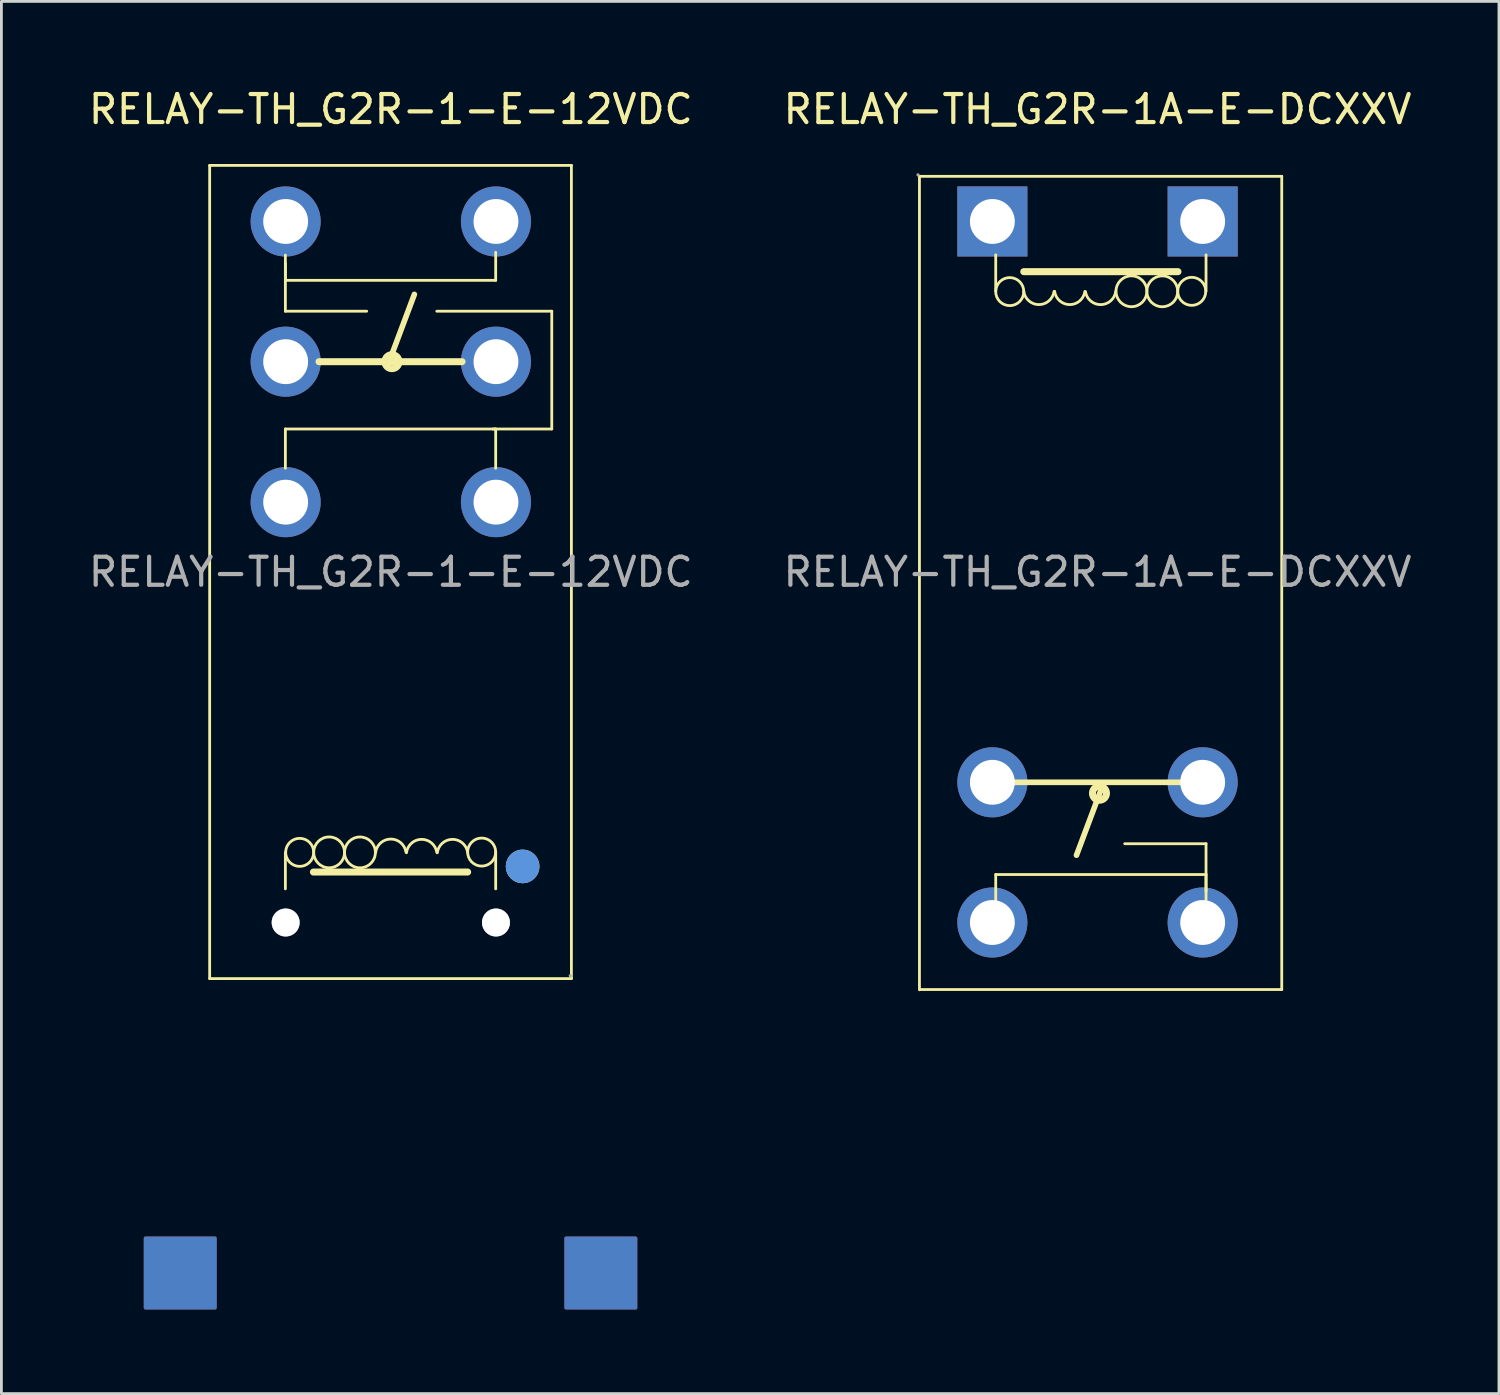
<source format=kicad_pcb>
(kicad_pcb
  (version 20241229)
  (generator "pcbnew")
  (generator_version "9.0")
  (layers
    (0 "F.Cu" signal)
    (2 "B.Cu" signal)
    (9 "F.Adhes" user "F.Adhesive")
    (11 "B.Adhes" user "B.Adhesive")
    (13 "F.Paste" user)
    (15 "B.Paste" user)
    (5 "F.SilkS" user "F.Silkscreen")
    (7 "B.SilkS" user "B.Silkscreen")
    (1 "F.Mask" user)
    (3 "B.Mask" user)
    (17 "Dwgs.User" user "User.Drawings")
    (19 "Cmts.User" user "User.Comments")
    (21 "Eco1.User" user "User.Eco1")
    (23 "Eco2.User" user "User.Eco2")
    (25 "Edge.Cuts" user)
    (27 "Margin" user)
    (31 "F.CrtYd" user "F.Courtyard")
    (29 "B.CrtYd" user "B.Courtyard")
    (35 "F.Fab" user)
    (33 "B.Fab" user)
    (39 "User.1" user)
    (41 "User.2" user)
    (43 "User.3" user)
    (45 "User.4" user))
  (footprint "RELAY-TH_G2R-1A-E-DCXXV"
    (layer "F.Cu")
    (at 36.089 17.348)
    (property "Reference" "RELAY-TH_G2R-1A-E-DCXXV" (at 0 -16.5 0) (layer "F.SilkS") (effects (font (size 1 1) (thickness 0.15))))
    (attr through_hole)
    (fp_line (start -6.35 14.9) (end -6.35 -14.1) (stroke (width 0.1) (type solid)) (layer "F.SilkS"))
    (fp_line (start -6.33 -14.11) (end 6.57 -14.11) (stroke (width 0.1) (type solid)) (layer "F.SilkS"))
    (fp_line (start -6.33 14.89) (end 6.57 14.89) (stroke (width 0.1) (type solid)) (layer "F.SilkS"))
    (fp_line (start -3.75 7.5) (end 3.75 7.5) (stroke (width 0.2) (type solid)) (layer "F.SilkS"))
    (fp_line (start -3.63 -11.31) (end -3.63 -10.01) (stroke (width 0.1) (type solid)) (layer "F.SilkS"))
    (fp_line (start -3.63 10.79) (end 3.87 10.79) (stroke (width 0.1) (type solid)) (layer "F.SilkS"))
    (fp_line (start -3.63 11.79) (end -3.63 10.79) (stroke (width 0.1) (type solid)) (layer "F.SilkS"))
    (fp_line (start -0.75 10.1) (end 0.15 7.7) (stroke (width 0.2) (type solid)) (layer "F.SilkS"))
    (fp_line (start 2.87 -10.71) (end -2.63 -10.71) (stroke (width 0.25) (type solid)) (layer "F.SilkS"))
    (fp_line (start 3.87 -11.31) (end 3.87 -10.01) (stroke (width 0.1) (type solid)) (layer "F.SilkS"))
    (fp_line (start 3.87 9.69) (end 0.97 9.69) (stroke (width 0.1) (type solid)) (layer "F.SilkS"))
    (fp_line (start 3.87 10.79) (end 3.87 11.69) (stroke (width 0.1) (type solid)) (layer "F.SilkS"))
    (fp_line (start 3.87 11.39) (end 3.87 9.69) (stroke (width 0.1) (type solid)) (layer "F.SilkS"))
    (fp_line (start 6.57 14.89) (end 6.57 -14.11) (stroke (width 0.1) (type solid)) (layer "F.SilkS"))
    (fp_arc (start -3.629924 -10.008726) (mid -2.630019 -9.995637) (end -3.63 -10) (stroke (width 0.1) (type solid)) (layer "F.SilkS"))
    (fp_arc (start -1.550879 -10.003522) (mid -2.093269 -9.535491) (end -2.63 -10.01) (stroke (width 0.1) (type solid)) (layer "F.SilkS"))
    (fp_arc (start -0.450879 -10.003522) (mid -0.993269 -9.535491) (end -1.53 -10.01) (stroke (width 0.1) (type solid)) (layer "F.SilkS"))
    (fp_arc (start 0.651821 -10.013444) (mid 0.116783 -9.534149) (end -0.43 -10) (stroke (width 0.1) (type solid)) (layer "F.SilkS"))
    (fp_arc (start 0.659909 -10.0096) (mid 1.760067 -10.0152) (end 0.66 -10) (stroke (width 0.1) (type solid)) (layer "F.SilkS"))
    (fp_arc (start 1.760084 -10.019599) (mid 2.859979 -10.0052) (end 1.76 -10.01) (stroke (width 0.1) (type solid)) (layer "F.SilkS"))
    (fp_arc (start 2.860076 -10.018726) (mid 3.859981 -10.005637) (end 2.86 -10.01) (stroke (width 0.1) (type solid)) (layer "F.SilkS"))
    (fp_circle (center 0.07 7.89) (end 0.32 7.89) (stroke (width 0.25) (type solid)) (fill no) (layer "F.SilkS"))
    (fp_circle (center -6.4 -14.16) (end -6.37 -14.16) (stroke (width 0.06) (type solid)) (fill no) (layer "F.Fab"))
    (fp_circle (center -3.75 -12.5) (end -3.4 -12.5) (stroke (width 0.7) (type solid)) (fill no) (layer "F.Fab"))
    (fp_circle (center -3.75 7.5) (end -3.4 7.5) (stroke (width 0.7) (type solid)) (fill no) (layer "F.Fab"))
    (fp_circle (center -3.75 12.5) (end -3.4 12.5) (stroke (width 0.7) (type solid)) (fill no) (layer "F.Fab"))
    (fp_circle (center 3.75 -12.5) (end 4.1 -12.5) (stroke (width 0.7) (type solid)) (fill no) (layer "F.Fab"))
    (fp_circle (center 3.75 7.5) (end 4.1 7.5) (stroke (width 0.7) (type solid)) (fill no) (layer "F.Fab"))
    (fp_circle (center 3.75 12.5) (end 4.1 12.5) (stroke (width 0.7) (type solid)) (fill no) (layer "F.Fab"))
    (fp_text user "${REFERENCE}" (at 0 0 0) (layer "F.Fab") (effects (font (size 1 1) (thickness 0.15))))
    (pad "1" thru_hole rect (at -3.75 -12.5 180) (size 2.5 2.5) (drill 1.6) (layers "*.Cu" "*.Paste" "*.Mask"))
    (pad "3" thru_hole circle (at -3.75 7.5 180) (size 2.5 2.5) (drill 1.6) (layers "*.Cu" "*.Paste" "*.Mask"))
    (pad "4" thru_hole circle (at -3.75 12.5 180) (size 2.5 2.5) (drill 1.6) (layers "*.Cu" "*.Paste" "*.Mask"))
    (pad "5" thru_hole circle (at 3.75 12.5 180) (size 2.5 2.5) (drill 1.6) (layers "*.Cu" "*.Paste" "*.Mask"))
    (pad "6" thru_hole circle (at 3.75 7.5 180) (size 2.5 2.5) (drill 1.6) (layers "*.Cu" "*.Paste" "*.Mask"))
    (pad "8" thru_hole rect (at 3.75 -12.5 180) (size 2.5 2.5) (drill 1.6) (layers "*.Cu" "*.Paste" "*.Mask")))
  (footprint "RELAY-TH_G2R-1-E-12VDC"
    (layer "F.Cu")
    (at 10.887 17.348)
    (property "Reference" "RELAY-TH_G2R-1-E-12VDC" (at 0 -16.5 0) (layer "F.SilkS") (effects (font (size 1 1) (thickness 0.15))))
    (attr through_hole)
    (fp_line (start -6.46 -14.5) (end -6.46 14.5) (stroke (width 0.1) (type solid)) (layer "F.SilkS"))
    (fp_line (start -3.76 -11) (end -3.76 -9.3) (stroke (width 0.1) (type solid)) (layer "F.SilkS"))
    (fp_line (start -3.76 -10.4) (end -3.76 -11.3) (stroke (width 0.1) (type solid)) (layer "F.SilkS"))
    (fp_line (start -3.76 -9.3) (end -0.86 -9.3) (stroke (width 0.1) (type solid)) (layer "F.SilkS"))
    (fp_line (start -3.76 -5.1) (end 3.74 -5.1) (stroke (width 0.1) (type solid)) (layer "F.SilkS"))
    (fp_line (start -3.76 -3.7) (end -3.76 -5.1) (stroke (width 0.1) (type solid)) (layer "F.SilkS"))
    (fp_line (start -3.76 11.3) (end -3.76 10) (stroke (width 0.1) (type solid)) (layer "F.SilkS"))
    (fp_line (start -2.76 10.7) (end 2.74 10.7) (stroke (width 0.25) (type solid)) (layer "F.SilkS"))
    (fp_line (start -2.56 -7.5) (end 2.54 -7.5) (stroke (width 0.25) (type solid)) (layer "F.SilkS"))
    (fp_line (start 0.84 -9.9) (end -0.06 -7.5) (stroke (width 0.2) (type solid)) (layer "F.SilkS"))
    (fp_line (start 3.64 -5.1) (end 5.74 -5.1) (stroke (width 0.1) (type solid)) (layer "F.SilkS"))
    (fp_line (start 3.74 -11.4) (end 3.74 -10.4) (stroke (width 0.1) (type solid)) (layer "F.SilkS"))
    (fp_line (start 3.74 -10.4) (end -3.76 -10.4) (stroke (width 0.1) (type solid)) (layer "F.SilkS"))
    (fp_line (start 3.74 -5.1) (end 3.74 -3.7) (stroke (width 0.1) (type solid)) (layer "F.SilkS"))
    (fp_line (start 3.74 11.3) (end 3.74 10) (stroke (width 0.1) (type solid)) (layer "F.SilkS"))
    (fp_line (start 5.74 -9.3) (end 1.64 -9.3) (stroke (width 0.1) (type solid)) (layer "F.SilkS"))
    (fp_line (start 5.74 -5.1) (end 5.74 -9.3) (stroke (width 0.1) (type solid)) (layer "F.SilkS"))
    (fp_line (start 6.44 -14.5) (end -6.46 -14.5) (stroke (width 0.1) (type solid)) (layer "F.SilkS"))
    (fp_line (start 6.44 -14.5) (end 6.44 14.5) (stroke (width 0.1) (type solid)) (layer "F.SilkS"))
    (fp_line (start 6.44 14.5) (end -6.46 14.5) (stroke (width 0.1) (type solid)) (layer "F.SilkS"))
    (fp_arc (start -2.750076 10.008726) (mid -3.749981 9.995637) (end -2.75 10) (stroke (width 0.1) (type solid)) (layer "F.SilkS"))
    (fp_arc (start -1.650084 10.009599) (mid -2.749979 9.9952) (end -1.65 10) (stroke (width 0.1) (type solid)) (layer "F.SilkS"))
    (fp_arc (start -0.549909 9.9996) (mid -1.650067 10.0052) (end -0.55 9.99) (stroke (width 0.1) (type solid)) (layer "F.SilkS"))
    (fp_arc (start -0.541821 10.003444) (mid -0.006783 9.524149) (end 0.54 9.99) (stroke (width 0.1) (type solid)) (layer "F.SilkS"))
    (fp_arc (start 0.558214 10.01316) (mid 1.09336 9.534147) (end 1.64 10) (stroke (width 0.1) (type solid)) (layer "F.SilkS"))
    (fp_arc (start 1.658214 10.01316) (mid 2.19336 9.534147) (end 2.74 10) (stroke (width 0.1) (type solid)) (layer "F.SilkS"))
    (fp_arc (start 3.739924 9.998726) (mid 2.740019 9.985637) (end 3.74 9.99) (stroke (width 0.1) (type solid)) (layer "F.SilkS"))
    (fp_circle (center 0.04 -7.5) (end 0.29 -7.5) (stroke (width 0.25) (type solid)) (fill no) (layer "F.SilkS"))
    (fp_circle (center 4.7 10.5) (end 5 10.5) (stroke (width 0.6) (type solid)) (fill no) (layer "F.SilkS"))
    (fp_circle (center 4.7 10.5) (end 5 10.5) (stroke (width 0.6) (type solid)) (fill no) (layer "Cmts.User"))
    (fp_circle (center 6.4 14.4) (end 6.43 14.4) (stroke (width 0.06) (type solid)) (fill no) (layer "F.Fab"))
    (fp_text user "${REFERENCE}" (at 0 0 0) (layer "F.Fab") (effects (font (size 1 1) (thickness 0.15))))
    (pad "1" thru_hole custom (at 3.75 12.5) (size 1 1) (drill 1.6) (layers "*.Cu" "*.Paste" "*.Mask") (options (anchor circle)) (primitives (gr_poly (pts (xy 2.49 11.25) (xy 4.99 11.25) (xy 4.99 13.75) (xy 2.49 13.75)) (width 0.1) (fill yes))))
    (pad "2" thru_hole circle (at 3.75 -2.49) (size 2.5 2.5) (drill 1.6) (layers "*.Cu" "*.Paste" "*.Mask"))
    (pad "3" thru_hole circle (at 3.75 -7.5) (size 2.5 2.5) (drill 1.6) (layers "*.Cu" "*.Paste" "*.Mask"))
    (pad "4" thru_hole circle (at 3.75 -12.5) (size 2.5 2.5) (drill 1.6) (layers "*.Cu" "*.Paste" "*.Mask"))
    (pad "5" thru_hole circle (at -3.75 -12.5) (size 2.5 2.5) (drill 1.6) (layers "*.Cu" "*.Paste" "*.Mask"))
    (pad "6" thru_hole circle (at -3.75 -7.5) (size 2.5 2.5) (drill 1.6) (layers "*.Cu" "*.Paste" "*.Mask"))
    (pad "7" thru_hole circle (at -3.75 -2.49) (size 2.5 2.5) (drill 1.6) (layers "*.Cu" "*.Paste" "*.Mask"))
    (pad "8" thru_hole custom (at -3.75 12.5) (size 1 1) (drill 1.6) (layers "*.Cu" "*.Paste" "*.Mask") (options (anchor circle)) (primitives (gr_poly (pts (xy -5.01 11.25) (xy -2.51 11.25) (xy -2.51 13.75) (xy -5.01 13.75)) (width 0.1) (fill yes)))))
  (gr_rect
    (start -3 -3)
    (end 50.405 46.648)
    (stroke (width 0.1) (type default))
    (fill no)
    (layer "Edge.Cuts")))
</source>
